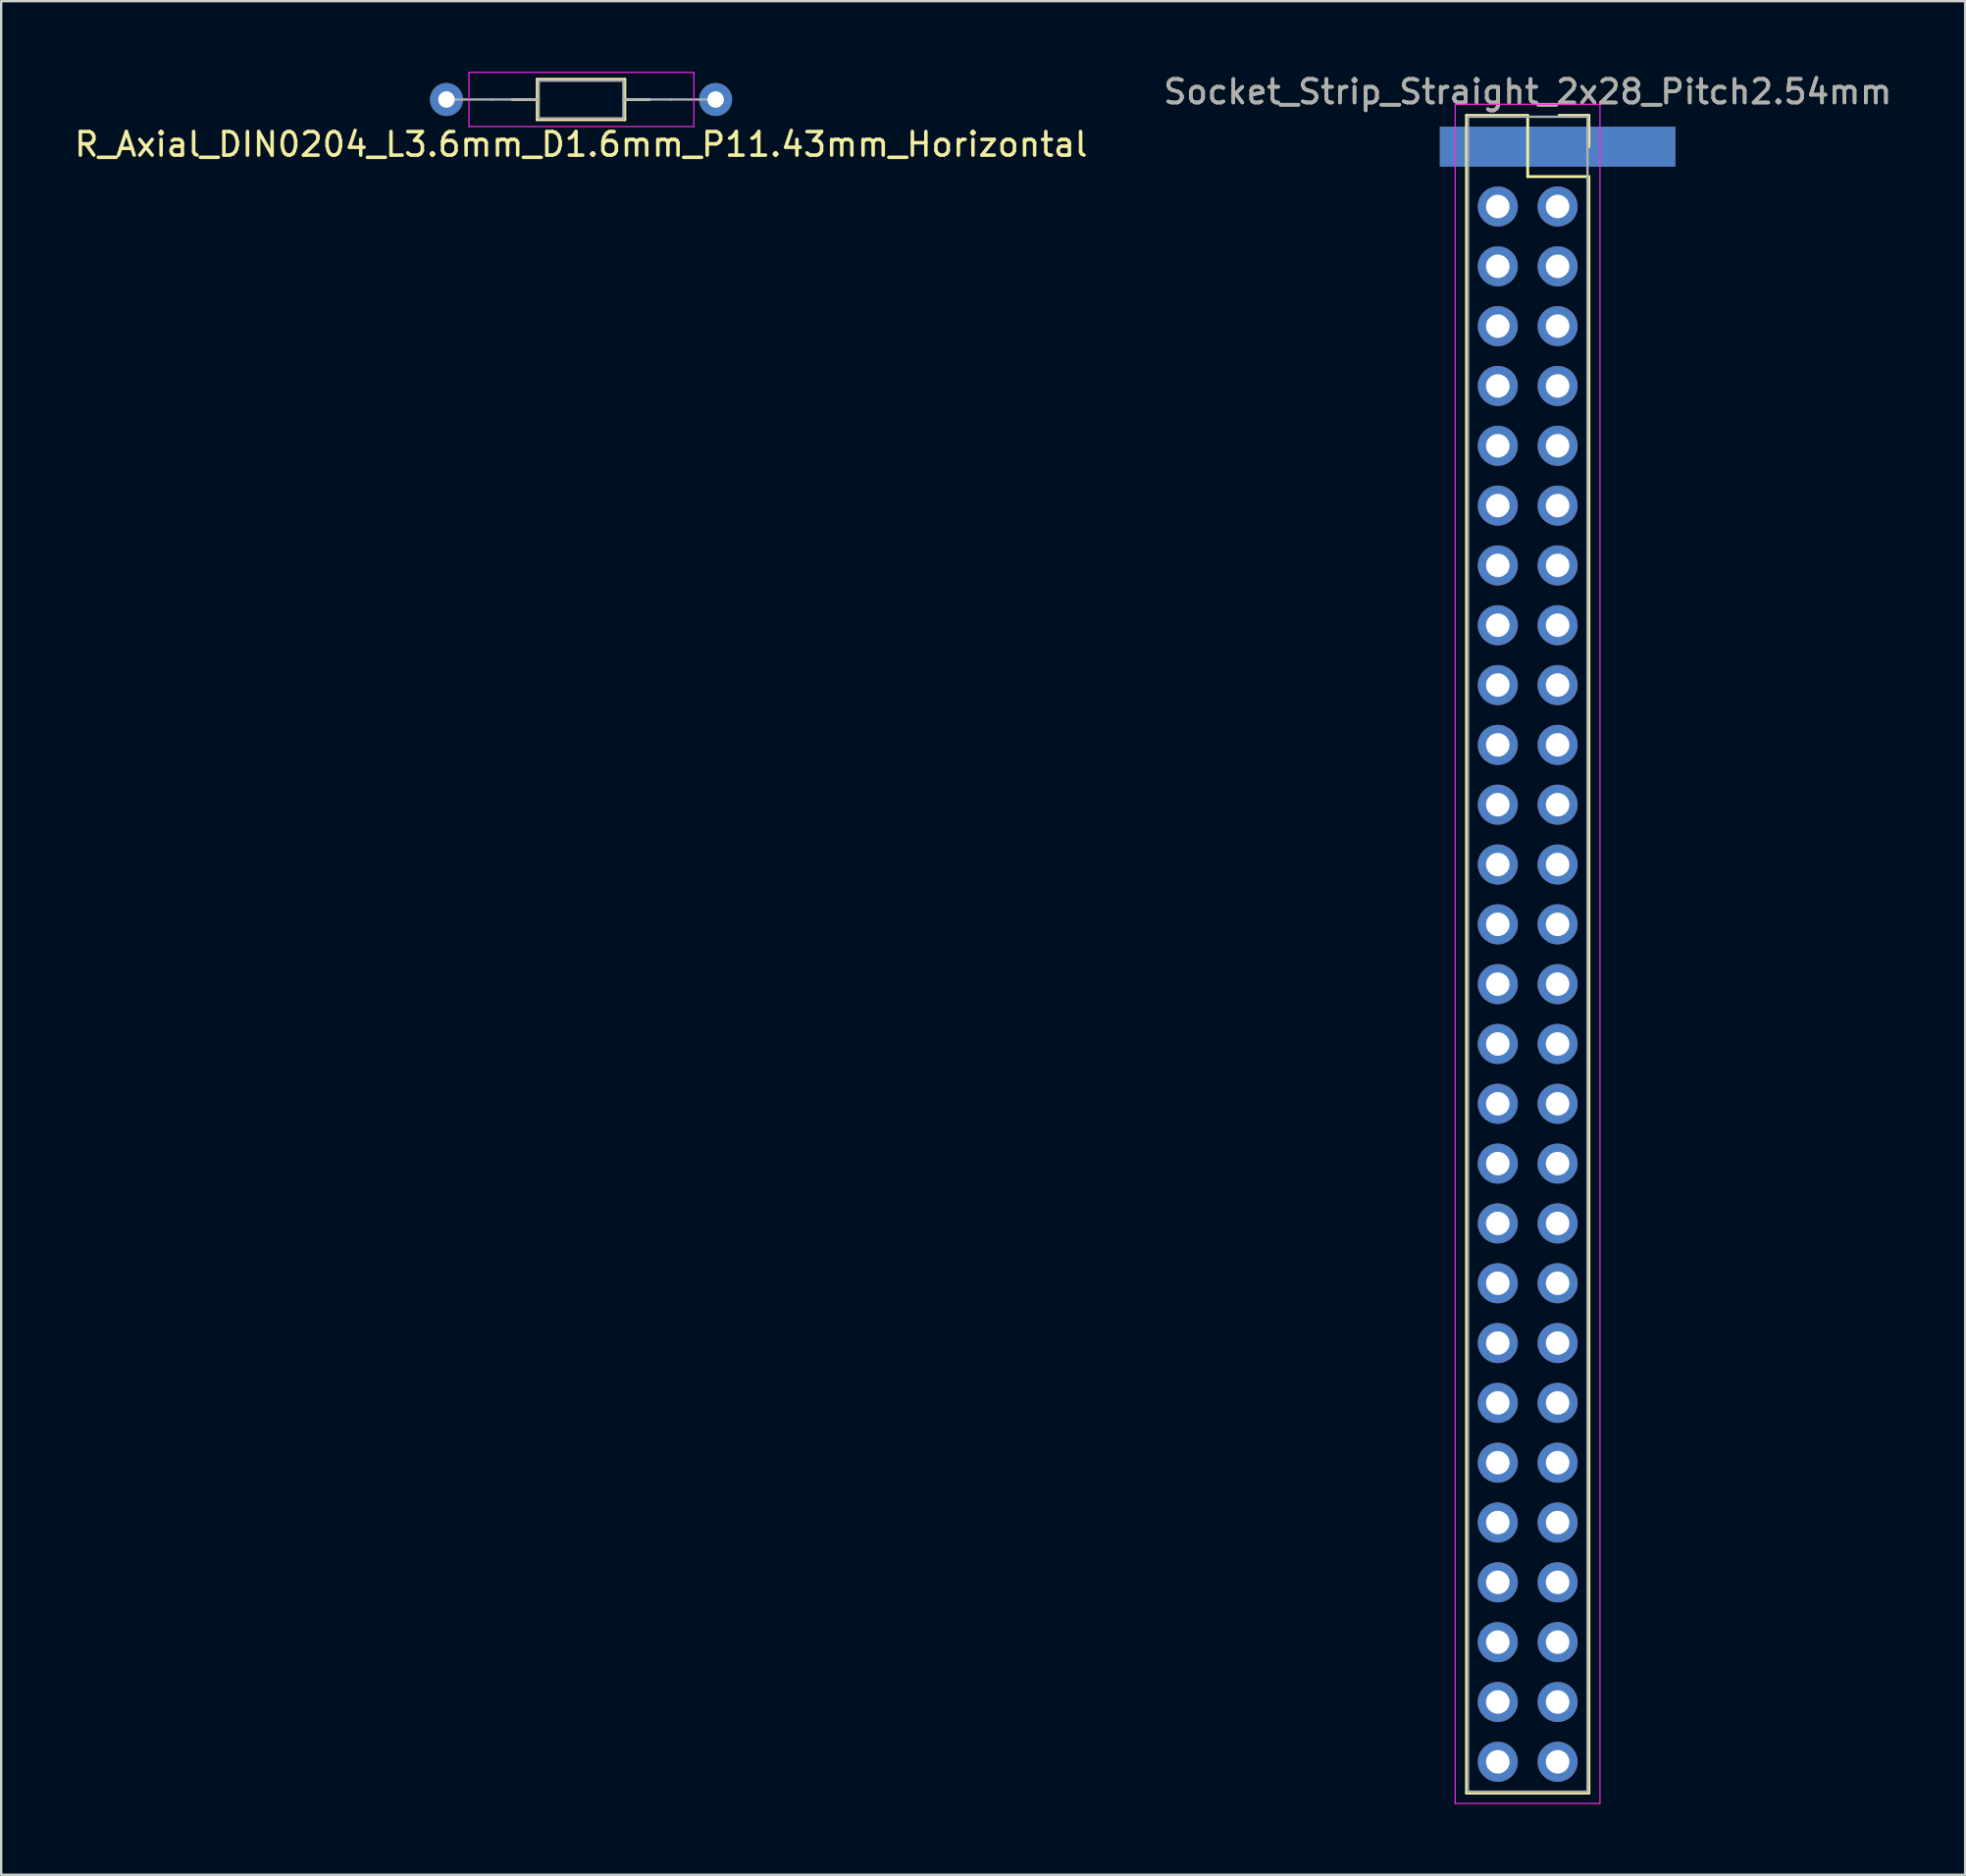
<source format=kicad_pcb>
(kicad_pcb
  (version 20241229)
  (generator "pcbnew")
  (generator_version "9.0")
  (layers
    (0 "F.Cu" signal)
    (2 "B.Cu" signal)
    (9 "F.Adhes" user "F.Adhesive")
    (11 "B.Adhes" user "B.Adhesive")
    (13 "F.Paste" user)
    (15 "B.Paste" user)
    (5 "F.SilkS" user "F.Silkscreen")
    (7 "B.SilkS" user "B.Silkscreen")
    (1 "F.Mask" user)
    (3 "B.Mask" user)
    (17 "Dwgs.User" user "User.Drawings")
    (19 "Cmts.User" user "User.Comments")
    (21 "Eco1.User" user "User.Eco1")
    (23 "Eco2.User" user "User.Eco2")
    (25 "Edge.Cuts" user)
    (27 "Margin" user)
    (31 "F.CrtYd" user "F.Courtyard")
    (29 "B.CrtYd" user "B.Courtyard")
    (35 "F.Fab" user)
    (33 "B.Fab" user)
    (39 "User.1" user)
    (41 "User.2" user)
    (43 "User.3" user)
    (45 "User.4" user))
  (footprint "R_Axial_DIN0204_L3.6mm_D1.6mm_P11.43mm_Horizontal"
    (layer "F.Cu")
    (at 17.815 1.175)
    (property "Reference" "R_Axial_DIN0204_L3.6mm_D1.6mm_P11.43mm_Horizontal" (at 3.81 1.905 0) (layer "F.SilkS") (effects (font (size 1 1) (thickness 0.15))))
    (attr through_hole)
    (fp_line (start 0.88 0) (end 1.95 0) (stroke (width 0.12) (type solid)) (layer "F.SilkS"))
    (fp_line (start 1.95 -0.86) (end 1.95 0.86) (stroke (width 0.12) (type solid)) (layer "F.SilkS"))
    (fp_line (start 1.95 0.86) (end 5.67 0.86) (stroke (width 0.12) (type solid)) (layer "F.SilkS"))
    (fp_line (start 5.67 -0.86) (end 1.95 -0.86) (stroke (width 0.12) (type solid)) (layer "F.SilkS"))
    (fp_line (start 5.67 0.86) (end 5.67 -0.86) (stroke (width 0.12) (type solid)) (layer "F.SilkS"))
    (fp_line (start 6.74 0) (end 5.67 0) (stroke (width 0.12) (type solid)) (layer "F.SilkS"))
    (fp_line (start -0.95 -1.15) (end -0.95 1.15) (stroke (width 0.05) (type solid)) (layer "F.CrtYd"))
    (fp_line (start -0.95 1.15) (end 8.6 1.15) (stroke (width 0.05) (type solid)) (layer "F.CrtYd"))
    (fp_line (start 8.6 -1.15) (end -0.95 -1.15) (stroke (width 0.05) (type solid)) (layer "F.CrtYd"))
    (fp_line (start 8.6 1.15) (end 8.6 -1.15) (stroke (width 0.05) (type solid)) (layer "F.CrtYd"))
    (fp_line (start 0 0) (end -1.905 0) (stroke (width 0.1) (type solid)) (layer "F.Fab"))
    (fp_line (start 0 0) (end 2.01 0) (stroke (width 0.1) (type solid)) (layer "F.Fab"))
    (fp_line (start 2.01 -0.8) (end 2.01 0.8) (stroke (width 0.1) (type solid)) (layer "F.Fab"))
    (fp_line (start 2.01 0.8) (end 5.61 0.8) (stroke (width 0.1) (type solid)) (layer "F.Fab"))
    (fp_line (start 5.61 -0.8) (end 2.01 -0.8) (stroke (width 0.1) (type solid)) (layer "F.Fab"))
    (fp_line (start 5.61 0.8) (end 5.61 -0.8) (stroke (width 0.1) (type solid)) (layer "F.Fab"))
    (fp_line (start 7.62 0) (end 5.61 0) (stroke (width 0.1) (type solid)) (layer "F.Fab"))
    (fp_line (start 7.62 0) (end 9.525 0) (stroke (width 0.1) (type solid)) (layer "F.Fab"))
    (pad "1" thru_hole circle (at -1.905 0) (size 1.4 1.4) (drill 0.7) (layers "*.Cu" "*.Mask"))
    (pad "2" thru_hole oval (at 9.525 0) (size 1.4 1.4) (drill 0.7) (layers "*.Cu" "*.Mask")))
  (footprint "Socket_Strip_Straight_2x28_Pitch2.54mm"
    (layer "F.Cu")
    (at 63.097 3.178)
    (property "Reference" "Socket_Strip_Straight_2x28_Pitch2.54mm" (at -1.27 -2.33 0) (layer "F.SilkS") (effects (font (size 1 1) (thickness 0.15))))
    (attr through_hole)
    (fp_line (start -3.87 -1.33) (end -1.27 -1.33) (stroke (width 0.12) (type solid)) (layer "F.SilkS"))
    (fp_line (start -3.87 69.91) (end -3.87 -1.33) (stroke (width 0.12) (type solid)) (layer "F.SilkS"))
    (fp_line (start -1.27 -1.33) (end -1.27 1.27) (stroke (width 0.12) (type solid)) (layer "F.SilkS"))
    (fp_line (start -1.27 1.27) (end 1.33 1.27) (stroke (width 0.12) (type solid)) (layer "F.SilkS"))
    (fp_line (start 1.33 -1.33) (end 0.06 -1.33) (stroke (width 0.12) (type solid)) (layer "F.SilkS"))
    (fp_line (start 1.33 0) (end 1.33 -1.33) (stroke (width 0.12) (type solid)) (layer "F.SilkS"))
    (fp_line (start 1.33 1.27) (end 1.33 69.91) (stroke (width 0.12) (type solid)) (layer "F.SilkS"))
    (fp_line (start 1.33 69.91) (end -3.87 69.91) (stroke (width 0.12) (type solid)) (layer "F.SilkS"))
    (fp_line (start -4.35 -1.8) (end -4.35 70.35) (stroke (width 0.05) (type solid)) (layer "F.CrtYd"))
    (fp_line (start -4.35 70.35) (end 1.8 70.35) (stroke (width 0.05) (type solid)) (layer "F.CrtYd"))
    (fp_line (start 1.8 -1.8) (end -4.35 -1.8) (stroke (width 0.05) (type solid)) (layer "F.CrtYd"))
    (fp_line (start 1.8 70.35) (end 1.8 -1.8) (stroke (width 0.05) (type solid)) (layer "F.CrtYd"))
    (fp_line (start -3.81 -1.27) (end -3.81 69.85) (stroke (width 0.1) (type solid)) (layer "F.Fab"))
    (fp_line (start -3.81 69.85) (end 1.27 69.85) (stroke (width 0.1) (type solid)) (layer "F.Fab"))
    (fp_line (start 1.27 -1.27) (end -3.81 -1.27) (stroke (width 0.1) (type solid)) (layer "F.Fab"))
    (fp_line (start 1.27 69.85) (end 1.27 -1.27) (stroke (width 0.1) (type solid)) (layer "F.Fab"))
    (fp_text user "${REFERENCE}" (at -1.27 -2.33 0) (layer "F.Fab") (effects (font (size 1 1) (thickness 0.15))))
    (pad "1" connect rect (at 0 0) (size 10 1.7) (layers "F.Cu" "F.Mask"))
    (pad "2" connect rect (at 0 0) (size 10 1.7) (layers "F.Mask" "B.Cu"))
    (pad "3" thru_hole oval (at 0 2.54) (size 1.7 1.7) (drill 1) (layers "*.Cu" "*.Mask"))
    (pad "4" thru_hole oval (at -2.54 2.54) (size 1.7 1.7) (drill 1) (layers "*.Cu" "*.Mask"))
    (pad "5" thru_hole oval (at 0 5.08) (size 1.7 1.7) (drill 1) (layers "*.Cu" "*.Mask"))
    (pad "6" thru_hole oval (at -2.54 5.08) (size 1.7 1.7) (drill 1) (layers "*.Cu" "*.Mask"))
    (pad "7" thru_hole oval (at 0 7.62) (size 1.7 1.7) (drill 1) (layers "*.Cu" "*.Mask"))
    (pad "8" thru_hole oval (at -2.54 7.62) (size 1.7 1.7) (drill 1) (layers "*.Cu" "*.Mask"))
    (pad "9" thru_hole oval (at 0 10.16) (size 1.7 1.7) (drill 1) (layers "*.Cu" "*.Mask"))
    (pad "10" thru_hole oval (at -2.54 10.16) (size 1.7 1.7) (drill 1) (layers "*.Cu" "*.Mask"))
    (pad "11" thru_hole oval (at 0 12.7) (size 1.7 1.7) (drill 1) (layers "*.Cu" "*.Mask"))
    (pad "12" thru_hole oval (at -2.54 12.7) (size 1.7 1.7) (drill 1) (layers "*.Cu" "*.Mask"))
    (pad "13" thru_hole oval (at 0 15.24) (size 1.7 1.7) (drill 1) (layers "*.Cu" "*.Mask"))
    (pad "14" thru_hole oval (at -2.54 15.24) (size 1.7 1.7) (drill 1) (layers "*.Cu" "*.Mask"))
    (pad "15" thru_hole oval (at 0 17.78) (size 1.7 1.7) (drill 1) (layers "*.Cu" "*.Mask"))
    (pad "16" thru_hole oval (at -2.54 17.78) (size 1.7 1.7) (drill 1) (layers "*.Cu" "*.Mask"))
    (pad "17" thru_hole oval (at 0 20.32) (size 1.7 1.7) (drill 1) (layers "*.Cu" "*.Mask"))
    (pad "18" thru_hole oval (at -2.54 20.32) (size 1.7 1.7) (drill 1) (layers "*.Cu" "*.Mask"))
    (pad "19" thru_hole oval (at 0 22.86) (size 1.7 1.7) (drill 1) (layers "*.Cu" "*.Mask"))
    (pad "20" thru_hole oval (at -2.54 22.86) (size 1.7 1.7) (drill 1) (layers "*.Cu" "*.Mask"))
    (pad "21" thru_hole oval (at 0 25.4) (size 1.7 1.7) (drill 1) (layers "*.Cu" "*.Mask"))
    (pad "22" thru_hole oval (at -2.54 25.4) (size 1.7 1.7) (drill 1) (layers "*.Cu" "*.Mask"))
    (pad "23" thru_hole oval (at 0 27.94) (size 1.7 1.7) (drill 1) (layers "*.Cu" "*.Mask"))
    (pad "24" thru_hole oval (at -2.54 27.94) (size 1.7 1.7) (drill 1) (layers "*.Cu" "*.Mask"))
    (pad "25" thru_hole oval (at 0 30.48) (size 1.7 1.7) (drill 1) (layers "*.Cu" "*.Mask"))
    (pad "26" thru_hole oval (at -2.54 30.48) (size 1.7 1.7) (drill 1) (layers "*.Cu" "*.Mask"))
    (pad "27" thru_hole oval (at 0 33.02) (size 1.7 1.7) (drill 1) (layers "*.Cu" "*.Mask"))
    (pad "28" thru_hole oval (at -2.54 33.02) (size 1.7 1.7) (drill 1) (layers "*.Cu" "*.Mask"))
    (pad "29" thru_hole oval (at 0 35.56) (size 1.7 1.7) (drill 1) (layers "*.Cu" "*.Mask"))
    (pad "30" thru_hole oval (at -2.54 35.56) (size 1.7 1.7) (drill 1) (layers "*.Cu" "*.Mask"))
    (pad "31" thru_hole oval (at 0 38.1) (size 1.7 1.7) (drill 1) (layers "*.Cu" "*.Mask"))
    (pad "32" thru_hole oval (at -2.54 38.1) (size 1.7 1.7) (drill 1) (layers "*.Cu" "*.Mask"))
    (pad "33" thru_hole oval (at 0 40.64) (size 1.7 1.7) (drill 1) (layers "*.Cu" "*.Mask"))
    (pad "34" thru_hole oval (at -2.54 40.64) (size 1.7 1.7) (drill 1) (layers "*.Cu" "*.Mask"))
    (pad "35" thru_hole oval (at 0 43.18) (size 1.7 1.7) (drill 1) (layers "*.Cu" "*.Mask"))
    (pad "36" thru_hole oval (at -2.54 43.18) (size 1.7 1.7) (drill 1) (layers "*.Cu" "*.Mask"))
    (pad "37" thru_hole oval (at 0 45.72) (size 1.7 1.7) (drill 1) (layers "*.Cu" "*.Mask"))
    (pad "38" thru_hole oval (at -2.54 45.72) (size 1.7 1.7) (drill 1) (layers "*.Cu" "*.Mask"))
    (pad "39" thru_hole oval (at 0 48.26) (size 1.7 1.7) (drill 1) (layers "*.Cu" "*.Mask"))
    (pad "40" thru_hole oval (at -2.54 48.26) (size 1.7 1.7) (drill 1) (layers "*.Cu" "*.Mask"))
    (pad "41" thru_hole oval (at 0 50.8) (size 1.7 1.7) (drill 1) (layers "*.Cu" "*.Mask"))
    (pad "42" thru_hole oval (at -2.54 50.8) (size 1.7 1.7) (drill 1) (layers "*.Cu" "*.Mask"))
    (pad "43" thru_hole oval (at 0 53.34) (size 1.7 1.7) (drill 1) (layers "*.Cu" "*.Mask"))
    (pad "44" thru_hole oval (at -2.54 53.34) (size 1.7 1.7) (drill 1) (layers "*.Cu" "*.Mask"))
    (pad "45" thru_hole oval (at 0 55.88) (size 1.7 1.7) (drill 1) (layers "*.Cu" "*.Mask"))
    (pad "46" thru_hole oval (at -2.54 55.88) (size 1.7 1.7) (drill 1) (layers "*.Cu" "*.Mask"))
    (pad "47" thru_hole oval (at 0 58.42) (size 1.7 1.7) (drill 1) (layers "*.Cu" "*.Mask"))
    (pad "48" thru_hole oval (at -2.54 58.42) (size 1.7 1.7) (drill 1) (layers "*.Cu" "*.Mask"))
    (pad "49" thru_hole oval (at 0 60.96) (size 1.7 1.7) (drill 1) (layers "*.Cu" "*.Mask"))
    (pad "50" thru_hole oval (at -2.54 60.96) (size 1.7 1.7) (drill 1) (layers "*.Cu" "*.Mask"))
    (pad "51" thru_hole oval (at 0 63.5) (size 1.7 1.7) (drill 1) (layers "*.Cu" "*.Mask"))
    (pad "52" thru_hole oval (at -2.54 63.5) (size 1.7 1.7) (drill 1) (layers "*.Cu" "*.Mask"))
    (pad "53" thru_hole oval (at 0 66.04) (size 1.7 1.7) (drill 1) (layers "*.Cu" "*.Mask"))
    (pad "54" thru_hole oval (at -2.54 66.04) (size 1.7 1.7) (drill 1) (layers "*.Cu" "*.Mask"))
    (pad "55" thru_hole oval (at 0 68.58) (size 1.7 1.7) (drill 1) (layers "*.Cu" "*.Mask"))
    (pad "56" thru_hole oval (at -2.54 68.58) (size 1.7 1.7) (drill 1) (layers "*.Cu" "*.Mask")))
  (gr_rect
    (start -3 -3)
    (end 80.405 76.553)
    (stroke (width 0.1) (type default))
    (fill no)
    (layer "Edge.Cuts")))
</source>
